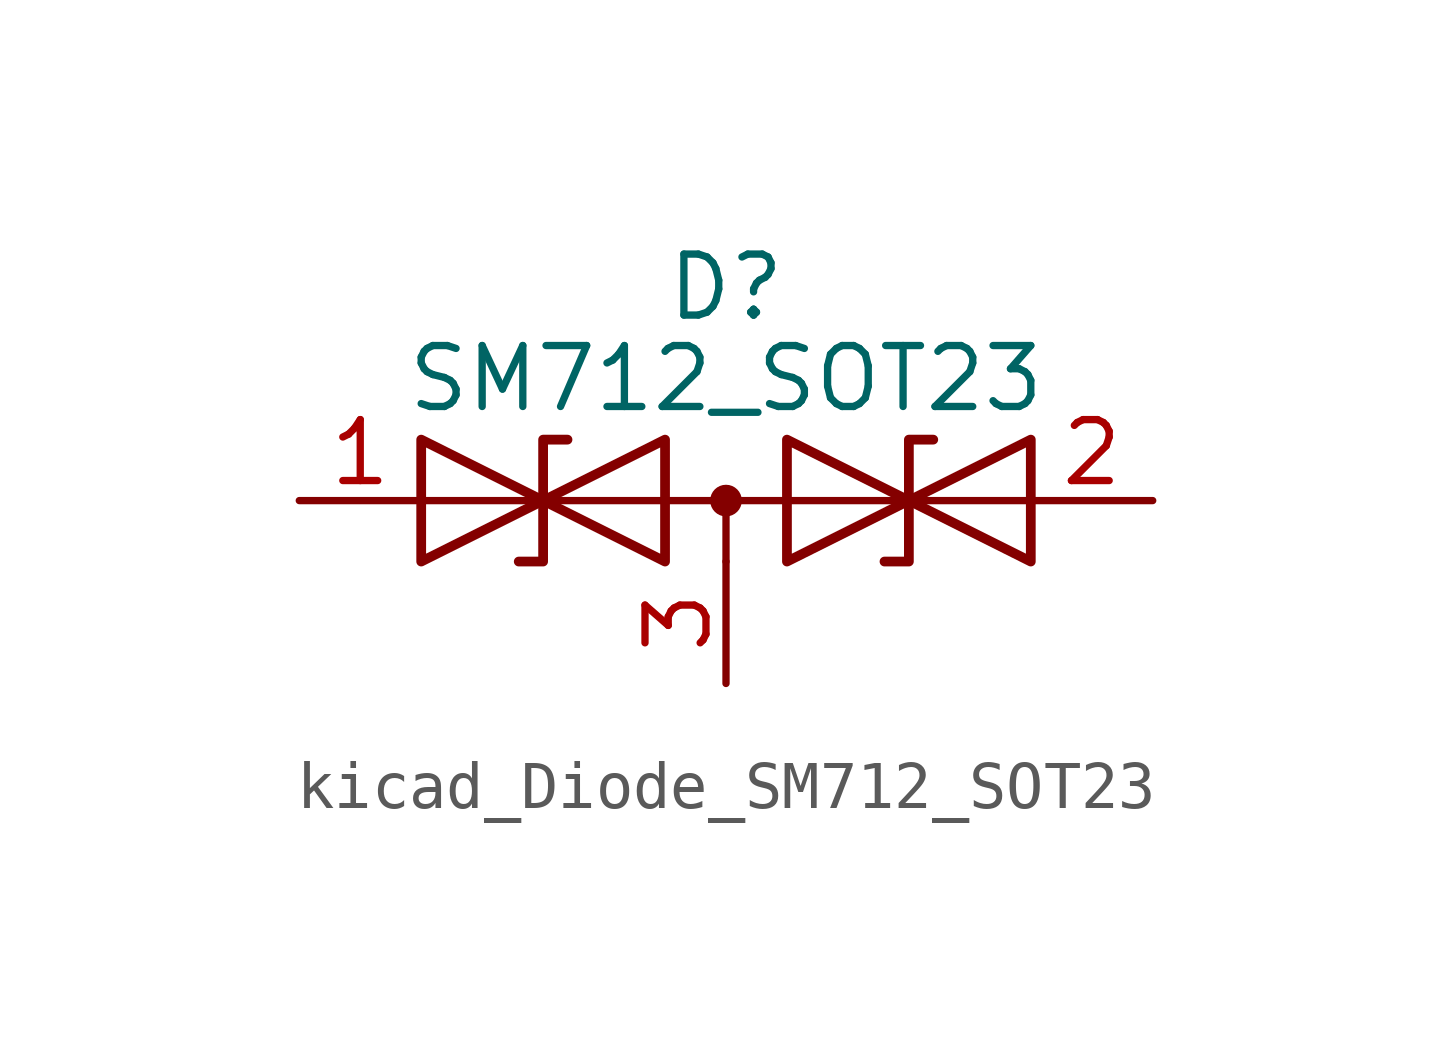
<source format=kicad_sym>
(kicad_symbol_lib
  (version 20220914)
  (generator kicad_symbol_editor)
  (symbol "kicad_Diode_SM712_SOT23"
    (pin_names
      (offset 1.016) hide)
    (property "Reference" "D"
      (at 0 4.445 0)
      (effects (font (size 1.27 1.27))))
    (property "Value" "SM712_SOT23"
      (at 0 2.54 0)
      (effects (font (size 1.27 1.27))))
    (symbol "kicad_Diode_SM712_SOT23_0_0"
      (polyline (pts (xy 0 -1.27) (xy 0 0)) (stroke (width 0) (type default)) (fill (type none))))
    (symbol "kicad_Diode_SM712_SOT23_0_1"
      (polyline (pts (xy -6.35 0) (xy 6.35 0)) (stroke (width 0) (type default)) (fill (type none)))
      (polyline (pts (xy -3.302 1.27) (xy -3.81 1.27) (xy -3.81 -1.27) (xy -4.318 -1.27)) (stroke (width 0.203) (type default)) (fill (type none)))
      (polyline (pts (xy 4.318 1.27) (xy 3.81 1.27) (xy 3.81 -1.27) (xy 3.302 -1.27)) (stroke (width 0.203) (type default)) (fill (type none)))
      (polyline (pts (xy -6.35 -1.27) (xy -1.27 1.27) (xy -1.27 -1.27) (xy -6.35 1.27) (xy -6.35 -1.27)) (stroke (width 0.203) (type default)) (fill (type none)))
      (polyline (pts (xy 1.27 -1.27) (xy 1.27 1.27) (xy 6.35 -1.27) (xy 6.35 1.27) (xy 1.27 -1.27)) (stroke (width 0.203) (type default)) (fill (type none)))
      (circle (center 0 0) (radius 0.254) (stroke (width 0) (type default)) (fill (type outline))))
    (symbol "kicad_Diode_SM712_SOT23_1_1"
      (pin passive line (at -8.89 0 0) (length 2.54) (name "A1" (effects (font (size 1.27 1.27)))) (number "1" (effects (font (size 1.27 1.27)))))
      (pin passive line (at 8.89 0 180) (length 2.54) (name "A2" (effects (font (size 1.27 1.27)))) (number "2" (effects (font (size 1.27 1.27)))))
      (pin input line (at 0 -3.81 90) (length 2.54) (name "common" (effects (font (size 1.27 1.27)))) (number "3" (effects (font (size 1.27 1.27))))))))
</source>
